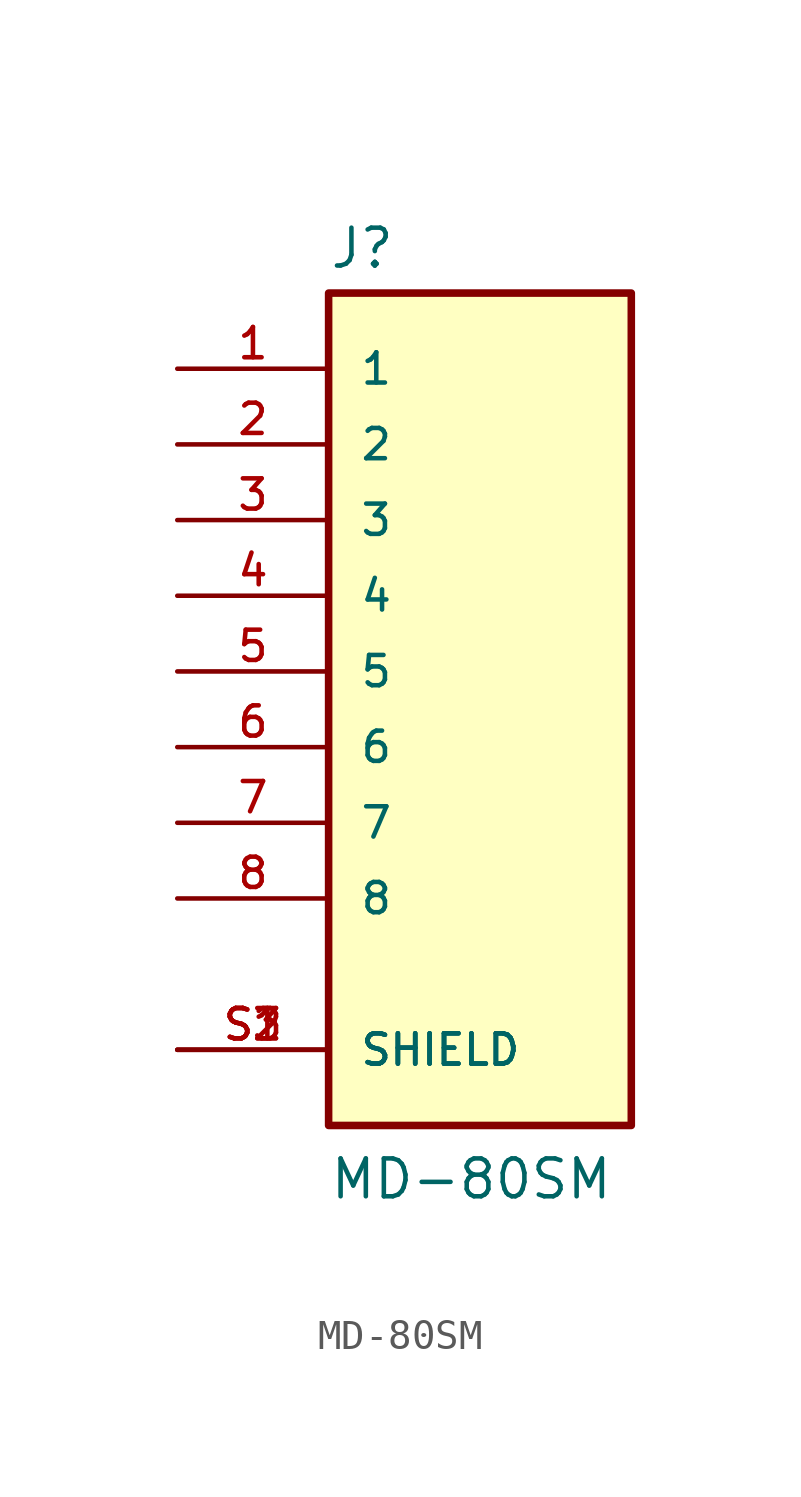
<source format=kicad_sym>
(kicad_symbol_lib
  (version 20211014)
  (generator kicad_symbol_editor)
  (symbol "MD-80SM"
    (pin_names
      (offset 1.016))
    (property "Reference" "J"
      (at -5.08 13.462 0)
      (effects (font (size 1.27 1.27)) (justify bottom left)))
    (property "Value" "MD-80SM"
      (at -5.08 -17.78 0)
      (effects (font (size 1.27 1.27)) (justify bottom left)))
    (symbol "MD-80SM_0_0"
      (rectangle (start -5.08 -15.24) (end 5.08 12.7) (stroke (width 0.254)) (fill (type background)))
      (pin passive line (at -10.16 7.62 0) (length 5.08) (name "2" (effects (font (size 1.016 1.016)))) (number "2" (effects (font (size 1.016 1.016)))))
      (pin passive line (at -10.16 10.16 0) (length 5.08) (name "1" (effects (font (size 1.016 1.016)))) (number "1" (effects (font (size 1.016 1.016)))))
      (pin passive line (at -10.16 5.08 0) (length 5.08) (name "3" (effects (font (size 1.016 1.016)))) (number "3" (effects (font (size 1.016 1.016)))))
      (pin passive line (at -10.16 -12.7 0) (length 5.08) (name "SHIELD" (effects (font (size 1.016 1.016)))) (number "S1" (effects (font (size 1.016 1.016)))))
      (pin passive line (at -10.16 -12.7 0) (length 5.08) (name "SHIELD" (effects (font (size 1.016 1.016)))) (number "S2" (effects (font (size 1.016 1.016)))))
      (pin passive line (at -10.16 -12.7 0) (length 5.08) (name "SHIELD" (effects (font (size 1.016 1.016)))) (number "S3" (effects (font (size 1.016 1.016)))))
      (pin passive line (at -10.16 2.54 0) (length 5.08) (name "4" (effects (font (size 1.016 1.016)))) (number "4" (effects (font (size 1.016 1.016)))))
      (pin passive line (at -10.16 0.0 0) (length 5.08) (name "5" (effects (font (size 1.016 1.016)))) (number "5" (effects (font (size 1.016 1.016)))))
      (pin passive line (at -10.16 -2.54 0) (length 5.08) (name "6" (effects (font (size 1.016 1.016)))) (number "6" (effects (font (size 1.016 1.016)))))
      (pin passive line (at -10.16 -5.08 0) (length 5.08) (name "7" (effects (font (size 1.016 1.016)))) (number "7" (effects (font (size 1.016 1.016)))))
      (pin passive line (at -10.16 -7.62 0) (length 5.08) (name "8" (effects (font (size 1.016 1.016)))) (number "8" (effects (font (size 1.016 1.016))))))))
</source>
